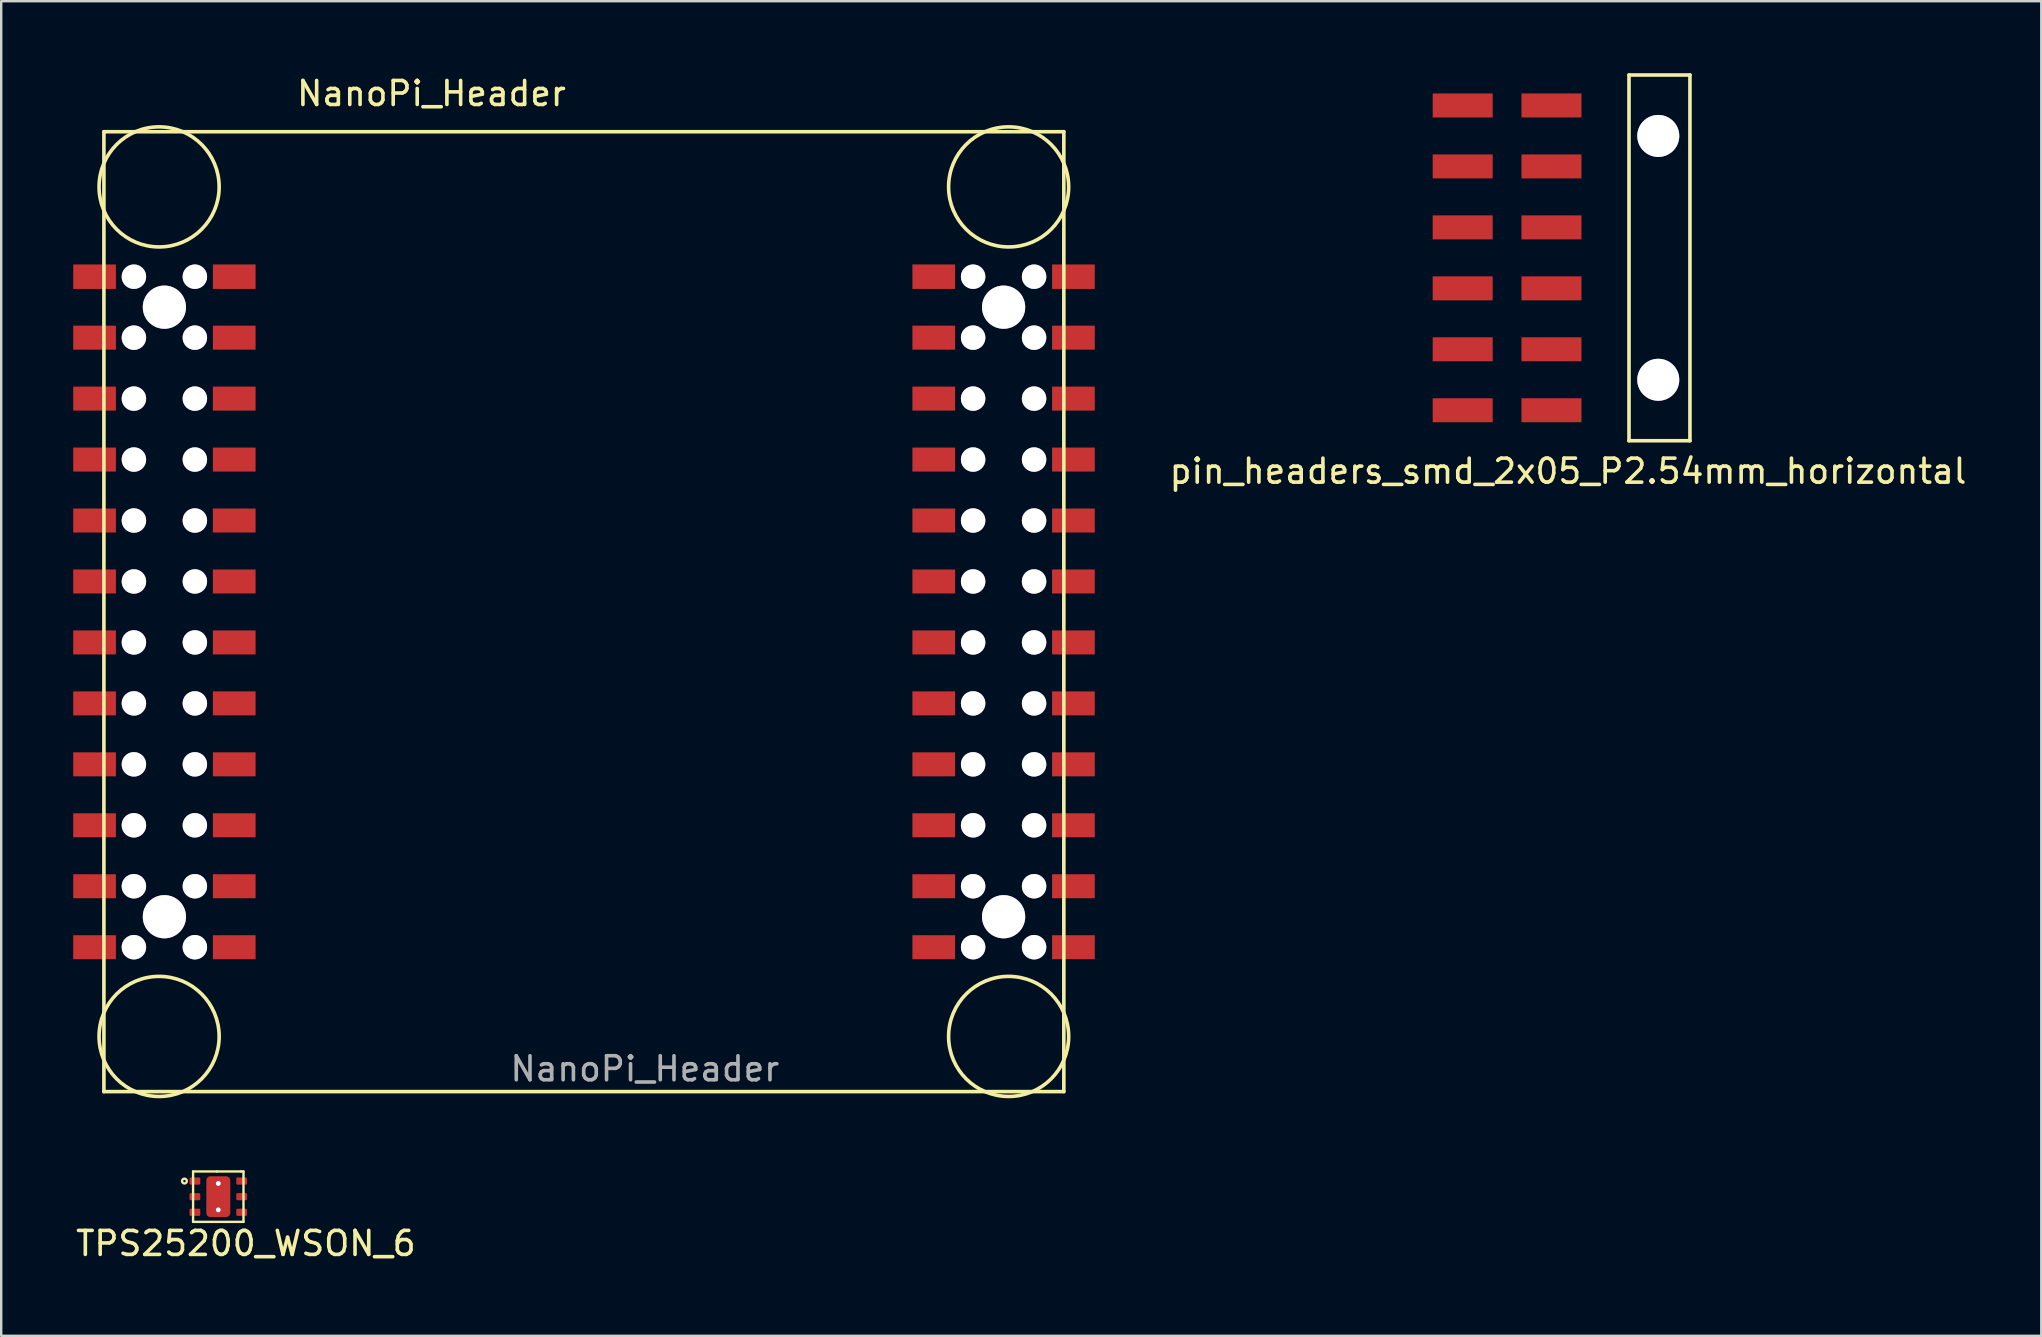
<source format=kicad_pcb>
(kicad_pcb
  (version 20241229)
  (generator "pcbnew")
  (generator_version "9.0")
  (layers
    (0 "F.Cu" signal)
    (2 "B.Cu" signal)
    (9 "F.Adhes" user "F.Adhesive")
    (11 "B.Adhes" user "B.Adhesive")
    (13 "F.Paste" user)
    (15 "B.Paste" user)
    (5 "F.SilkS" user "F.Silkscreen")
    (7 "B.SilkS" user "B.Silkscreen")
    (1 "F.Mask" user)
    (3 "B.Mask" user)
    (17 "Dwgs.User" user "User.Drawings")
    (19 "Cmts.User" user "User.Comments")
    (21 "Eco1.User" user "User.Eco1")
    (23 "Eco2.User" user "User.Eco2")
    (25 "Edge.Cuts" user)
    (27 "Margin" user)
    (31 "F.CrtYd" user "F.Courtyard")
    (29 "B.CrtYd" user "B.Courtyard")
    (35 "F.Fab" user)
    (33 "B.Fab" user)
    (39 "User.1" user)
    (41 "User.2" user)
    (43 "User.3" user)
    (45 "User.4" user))
  (footprint "pin_headers_smd_2x05_P2.54mm_horizontal"
    (layer "F.Cu")
    (at 59.75 7.695)
    (property "Reference" "pin_headers_smd_2x05_P2.54mm_horizontal" (at 2.54 8.89 0) (layer "F.SilkS") (effects (font (size 1 1) (thickness 0.15))))
    (attr through_hole)
    (fp_line (start 5.08 -7.62) (end 7.62 -7.62) (stroke (width 0.15) (type solid)) (layer "F.SilkS"))
    (fp_line (start 5.08 7.62) (end 5.08 -7.62) (stroke (width 0.15) (type solid)) (layer "F.SilkS"))
    (fp_line (start 7.62 -7.62) (end 7.62 7.62) (stroke (width 0.15) (type solid)) (layer "F.SilkS"))
    (fp_line (start 7.62 7.62) (end 5.08 7.62) (stroke (width 0.15) (type solid)) (layer "F.SilkS"))
    (pad "1" smd rect (at -2.54 -6.35) (size 2.5 1) (drill (offset 0.69 0)) (layers "F.Cu" "F.Mask" "F.Paste"))
    (pad "2" smd rect (at 2.54 -6.35) (size 2.5 1) (drill (offset -0.69 0)) (layers "F.Cu" "F.Mask" "F.Paste"))
    (pad "3" smd rect (at -2.54 -3.81) (size 2.5 1) (drill (offset 0.69 0)) (layers "F.Cu" "F.Mask" "F.Paste"))
    (pad "4" smd rect (at 2.54 -3.81) (size 2.5 1) (drill (offset -0.69 0)) (layers "F.Cu" "F.Mask" "F.Paste"))
    (pad "5" smd rect (at -2.54 -1.27) (size 2.5 1) (drill (offset 0.69 0)) (layers "F.Cu" "F.Mask" "F.Paste"))
    (pad "6" smd rect (at 2.54 -1.27) (size 2.5 1) (drill (offset -0.69 0)) (layers "F.Cu" "F.Mask" "F.Paste"))
    (pad "7" smd rect (at -2.54 1.27) (size 2.5 1) (drill (offset 0.69 0)) (layers "F.Cu" "F.Mask" "F.Paste"))
    (pad "8" smd rect (at 2.54 1.27) (size 2.5 1) (drill (offset -0.69 0)) (layers "F.Cu" "F.Mask" "F.Paste"))
    (pad "9" smd rect (at -2.54 3.81) (size 2.5 1) (drill (offset 0.69 0)) (layers "F.Cu" "F.Mask" "F.Paste"))
    (pad "10" smd rect (at 2.54 3.81) (size 2.5 1) (drill (offset -0.69 0)) (layers "F.Cu" "F.Mask" "F.Paste"))
    (pad "11" smd rect (at -2.54 6.35) (size 2.5 1) (drill (offset 0.69 0)) (layers "F.Cu" "F.Mask" "F.Paste"))
    (pad "12" smd rect (at 2.54 6.35) (size 2.5 1) (drill (offset -0.69 0)) (layers "F.Cu" "F.Mask" "F.Paste"))
    (pad "13" thru_hole circle (at 6.3 -5.08) (size 1.75 1.75) (drill 1.75) (layers "*.Cu" "*.Mask"))
    (pad "14" thru_hole circle (at 6.3 5.08) (size 1.75 1.75) (drill 1.75) (layers "*.Cu" "*.Mask")))
  (footprint "NanoPi_Header"
    (layer "F.Cu")
    (at 21.28 22.438)
    (property "Reference" "NanoPi_Header" (at -6.35 -21.59 0) (layer "F.SilkS") (effects (font (size 1 1) (thickness 0.15))))
    (attr smd)
    (fp_line (start -20 -20) (end -20 20) (stroke (width 0.15) (type solid)) (layer "F.SilkS"))
    (fp_line (start -20 -20) (end 20 -20) (stroke (width 0.15) (type solid)) (layer "F.SilkS"))
    (fp_line (start -20 20) (end 20 20) (stroke (width 0.15) (type solid)) (layer "F.SilkS"))
    (fp_line (start 20 20) (end 20 -20) (stroke (width 0.15) (type solid)) (layer "F.SilkS"))
    (fp_circle (center -17.7 -17.7) (end -15.198 -17.7) (stroke (width 0.15) (type solid)) (fill no) (layer "F.SilkS"))
    (fp_circle (center -17.7 17.7) (end -15.198 17.7) (stroke (width 0.15) (type solid)) (fill no) (layer "F.SilkS"))
    (fp_circle (center 17.7 -17.7) (end 20.202 -17.7) (stroke (width 0.15) (type solid)) (fill no) (layer "F.SilkS"))
    (fp_circle (center 17.7 17.7) (end 20.202 17.7) (stroke (width 0.15) (type solid)) (fill no) (layer "F.SilkS"))
    (fp_text user "${REFERENCE}" (at 2.54 19.05 180) (layer "F.Fab") (effects (font (size 1 1) (thickness 0.15))))
    (pad "" thru_hole circle (at -18.75 -13.958) (size 1.02 1.02) (drill 1.02) (layers "*.Cu" "*.Mask"))
    (pad "" thru_hole circle (at -18.75 -11.418) (size 1.02 1.02) (drill 1.02) (layers "*.Cu" "*.Mask"))
    (pad "" thru_hole circle (at -18.75 -8.878) (size 1.02 1.02) (drill 1.02) (layers "*.Cu" "*.Mask"))
    (pad "" thru_hole circle (at -18.75 -6.338) (size 1.02 1.02) (drill 1.02) (layers "*.Cu" "*.Mask"))
    (pad "" thru_hole circle (at -18.75 -3.798) (size 1.02 1.02) (drill 1.02) (layers "*.Cu" "*.Mask"))
    (pad "" thru_hole circle (at -18.75 -1.258) (size 1.02 1.02) (drill 1.02) (layers "*.Cu" "*.Mask"))
    (pad "" thru_hole circle (at -18.75 1.282) (size 1.02 1.02) (drill 1.02) (layers "*.Cu" "*.Mask"))
    (pad "" thru_hole circle (at -18.75 3.822) (size 1.02 1.02) (drill 1.02) (layers "*.Cu" "*.Mask"))
    (pad "" thru_hole circle (at -18.75 6.362) (size 1.02 1.02) (drill 1.02) (layers "*.Cu" "*.Mask"))
    (pad "" thru_hole circle (at -18.75 8.902) (size 1.02 1.02) (drill 1.02) (layers "*.Cu" "*.Mask"))
    (pad "" thru_hole circle (at -18.75 11.442) (size 1.02 1.02) (drill 1.02) (layers "*.Cu" "*.Mask"))
    (pad "" thru_hole circle (at -18.75 13.982) (size 1.02 1.02) (drill 1.02) (layers "*.Cu" "*.Mask"))
    (pad "" thru_hole circle (at -17.48 -12.688) (size 1.8 1.8) (drill 1.8) (layers "*.Cu" "*.Mask"))
    (pad "" thru_hole circle (at -17.48 12.712) (size 1.8 1.8) (drill 1.8) (layers "*.Cu" "*.Mask"))
    (pad "" thru_hole circle (at -16.21 -13.958) (size 1.02 1.02) (drill 1.02) (layers "*.Cu" "*.Mask"))
    (pad "" thru_hole circle (at -16.21 -11.418) (size 1.02 1.02) (drill 1.02) (layers "*.Cu" "*.Mask"))
    (pad "" thru_hole circle (at -16.21 -8.878) (size 1.02 1.02) (drill 1.02) (layers "*.Cu" "*.Mask"))
    (pad "" thru_hole circle (at -16.21 -6.338) (size 1.02 1.02) (drill 1.02) (layers "*.Cu" "*.Mask"))
    (pad "" thru_hole circle (at -16.21 -3.798) (size 1.02 1.02) (drill 1.02) (layers "*.Cu" "*.Mask"))
    (pad "" thru_hole circle (at -16.21 -1.258) (size 1.02 1.02) (drill 1.02) (layers "*.Cu" "*.Mask"))
    (pad "" thru_hole circle (at -16.21 1.282) (size 1.02 1.02) (drill 1.02) (layers "*.Cu" "*.Mask"))
    (pad "" thru_hole circle (at -16.21 3.822) (size 1.02 1.02) (drill 1.02) (layers "*.Cu" "*.Mask"))
    (pad "" thru_hole circle (at -16.21 6.362) (size 1.02 1.02) (drill 1.02) (layers "*.Cu" "*.Mask"))
    (pad "" thru_hole circle (at -16.21 8.902) (size 1.02 1.02) (drill 1.02) (layers "*.Cu" "*.Mask"))
    (pad "" thru_hole circle (at -16.21 11.442) (size 1.02 1.02) (drill 1.02) (layers "*.Cu" "*.Mask"))
    (pad "" thru_hole circle (at -16.21 13.982) (size 1.02 1.02) (drill 1.02) (layers "*.Cu" "*.Mask"))
    (pad "" thru_hole circle (at 16.22 -13.958) (size 1.02 1.02) (drill 1.02) (layers "*.Cu" "*.Mask"))
    (pad "" thru_hole circle (at 16.22 -11.418) (size 1.02 1.02) (drill 1.02) (layers "*.Cu" "*.Mask"))
    (pad "" thru_hole circle (at 16.22 -8.878) (size 1.02 1.02) (drill 1.02) (layers "*.Cu" "*.Mask"))
    (pad "" thru_hole circle (at 16.22 -6.338) (size 1.02 1.02) (drill 1.02) (layers "*.Cu" "*.Mask"))
    (pad "" thru_hole circle (at 16.22 -3.798) (size 1.02 1.02) (drill 1.02) (layers "*.Cu" "*.Mask"))
    (pad "" thru_hole circle (at 16.22 -1.258) (size 1.02 1.02) (drill 1.02) (layers "*.Cu" "*.Mask"))
    (pad "" thru_hole circle (at 16.22 1.282) (size 1.02 1.02) (drill 1.02) (layers "*.Cu" "*.Mask"))
    (pad "" thru_hole circle (at 16.22 3.822) (size 1.02 1.02) (drill 1.02) (layers "*.Cu" "*.Mask"))
    (pad "" thru_hole circle (at 16.22 6.362) (size 1.02 1.02) (drill 1.02) (layers "*.Cu" "*.Mask"))
    (pad "" thru_hole circle (at 16.22 8.902) (size 1.02 1.02) (drill 1.02) (layers "*.Cu" "*.Mask"))
    (pad "" thru_hole circle (at 16.22 11.442) (size 1.02 1.02) (drill 1.02) (layers "*.Cu" "*.Mask"))
    (pad "" thru_hole circle (at 16.22 13.982) (size 1.02 1.02) (drill 1.02) (layers "*.Cu" "*.Mask"))
    (pad "" thru_hole circle (at 17.49 -12.688) (size 1.8 1.8) (drill 1.8) (layers "*.Cu" "*.Mask"))
    (pad "" thru_hole circle (at 17.49 12.712) (size 1.8 1.8) (drill 1.8) (layers "*.Cu" "*.Mask"))
    (pad "" thru_hole circle (at 18.76 -13.958) (size 1.02 1.02) (drill 1.02) (layers "*.Cu" "*.Mask"))
    (pad "" thru_hole circle (at 18.76 -11.418) (size 1.02 1.02) (drill 1.02) (layers "*.Cu" "*.Mask"))
    (pad "" thru_hole circle (at 18.76 -8.878) (size 1.02 1.02) (drill 1.02) (layers "*.Cu" "*.Mask"))
    (pad "" thru_hole circle (at 18.76 -6.338) (size 1.02 1.02) (drill 1.02) (layers "*.Cu" "*.Mask"))
    (pad "" thru_hole circle (at 18.76 -3.798) (size 1.02 1.02) (drill 1.02) (layers "*.Cu" "*.Mask"))
    (pad "" thru_hole circle (at 18.76 -1.258) (size 1.02 1.02) (drill 1.02) (layers "*.Cu" "*.Mask"))
    (pad "" thru_hole circle (at 18.76 1.282) (size 1.02 1.02) (drill 1.02) (layers "*.Cu" "*.Mask"))
    (pad "" thru_hole circle (at 18.76 3.822) (size 1.02 1.02) (drill 1.02) (layers "*.Cu" "*.Mask"))
    (pad "" thru_hole circle (at 18.76 6.362) (size 1.02 1.02) (drill 1.02) (layers "*.Cu" "*.Mask"))
    (pad "" thru_hole circle (at 18.76 8.902) (size 1.02 1.02) (drill 1.02) (layers "*.Cu" "*.Mask"))
    (pad "" thru_hole circle (at 18.76 11.442) (size 1.02 1.02) (drill 1.02) (layers "*.Cu" "*.Mask"))
    (pad "" thru_hole circle (at 18.76 13.982) (size 1.02 1.02) (drill 1.02) (layers "*.Cu" "*.Mask"))
    (pad "A1" smd rect (at 20.4 -13.958) (size 1.78 1.02) (layers "F.Cu" "F.Mask" "F.Paste"))
    (pad "A2" smd rect (at 14.58 -13.958) (size 1.78 1.02) (layers "F.Cu" "F.Mask" "F.Paste"))
    (pad "A3" smd rect (at 20.4 -11.418) (size 1.78 1) (layers "F.Cu" "F.Mask" "F.Paste"))
    (pad "A4" smd rect (at 14.58 -11.418) (size 1.78 1) (layers "F.Cu" "F.Mask" "F.Paste"))
    (pad "A5" smd rect (at 20.4 -8.878) (size 1.78 1) (layers "F.Cu" "F.Mask" "F.Paste"))
    (pad "A6" smd rect (at 14.58 -8.878) (size 1.78 1) (layers "F.Cu" "F.Mask" "F.Paste"))
    (pad "A7" smd rect (at 20.4 -6.338) (size 1.78 1) (layers "F.Cu" "F.Mask" "F.Paste"))
    (pad "A8" smd rect (at 14.58 -6.338) (size 1.78 1) (layers "F.Cu" "F.Mask" "F.Paste"))
    (pad "A9" smd rect (at 20.4 -3.798) (size 1.78 1) (layers "F.Cu" "F.Mask" "F.Paste"))
    (pad "A10" smd rect (at 14.58 -3.798) (size 1.78 1) (layers "F.Cu" "F.Mask" "F.Paste"))
    (pad "A11" smd rect (at 20.4 -1.258) (size 1.78 1) (layers "F.Cu" "F.Mask" "F.Paste"))
    (pad "A12" smd rect (at 14.58 -1.258) (size 1.78 1) (layers "F.Cu" "F.Mask" "F.Paste"))
    (pad "A13" smd rect (at 20.4 1.282) (size 1.78 1) (layers "F.Cu" "F.Mask" "F.Paste"))
    (pad "A14" smd rect (at 14.58 1.282) (size 1.78 1) (layers "F.Cu" "F.Mask" "F.Paste"))
    (pad "A15" smd rect (at 20.4 3.822) (size 1.78 1) (layers "F.Cu" "F.Mask" "F.Paste"))
    (pad "A16" smd rect (at 14.58 3.822) (size 1.78 1) (layers "F.Cu" "F.Mask" "F.Paste"))
    (pad "A17" smd rect (at 20.4 6.362) (size 1.78 1) (layers "F.Cu" "F.Mask" "F.Paste"))
    (pad "A18" smd rect (at 14.58 6.362) (size 1.78 1) (layers "F.Cu" "F.Mask" "F.Paste"))
    (pad "A19" smd rect (at 20.4 8.902) (size 1.78 1) (layers "F.Cu" "F.Mask" "F.Paste"))
    (pad "A20" smd rect (at 14.58 8.902) (size 1.78 1) (layers "F.Cu" "F.Mask" "F.Paste"))
    (pad "A21" smd rect (at 20.4 11.442) (size 1.78 1) (layers "F.Cu" "F.Mask" "F.Paste"))
    (pad "A22" smd rect (at 14.58 11.442) (size 1.78 1) (layers "F.Cu" "F.Mask" "F.Paste"))
    (pad "A23" smd rect (at 20.4 13.982) (size 1.78 1) (layers "F.Cu" "F.Mask" "F.Paste"))
    (pad "A24" smd rect (at 14.58 13.982) (size 1.78 1) (layers "F.Cu" "F.Mask" "F.Paste"))
    (pad "B1" smd rect (at -14.57 -13.958) (size 1.78 1.02) (layers "F.Cu" "F.Mask" "F.Paste"))
    (pad "B2" smd rect (at -20.39 -13.958) (size 1.78 1.02) (layers "F.Cu" "F.Mask" "F.Paste"))
    (pad "B3" smd rect (at -14.57 -11.418) (size 1.78 1) (layers "F.Cu" "F.Mask" "F.Paste"))
    (pad "B4" smd rect (at -20.39 -11.418) (size 1.78 1) (layers "F.Cu" "F.Mask" "F.Paste"))
    (pad "B5" smd rect (at -14.57 -8.878) (size 1.78 1) (layers "F.Cu" "F.Mask" "F.Paste"))
    (pad "B6" smd rect (at -20.39 -8.878) (size 1.78 1) (layers "F.Cu" "F.Mask" "F.Paste"))
    (pad "B7" smd rect (at -14.57 -6.338) (size 1.78 1) (layers "F.Cu" "F.Mask" "F.Paste"))
    (pad "B8" smd rect (at -20.39 -6.338) (size 1.78 1) (layers "F.Cu" "F.Mask" "F.Paste"))
    (pad "B9" smd rect (at -14.57 -3.798) (size 1.78 1) (layers "F.Cu" "F.Mask" "F.Paste"))
    (pad "B10" smd rect (at -20.39 -3.798) (size 1.78 1) (layers "F.Cu" "F.Mask" "F.Paste"))
    (pad "B11" smd rect (at -14.57 -1.258) (size 1.78 1) (layers "F.Cu" "F.Mask" "F.Paste"))
    (pad "B12" smd rect (at -20.39 -1.258) (size 1.78 1) (layers "F.Cu" "F.Mask" "F.Paste"))
    (pad "B13" smd rect (at -14.57 1.282) (size 1.78 1) (layers "F.Cu" "F.Mask" "F.Paste"))
    (pad "B14" smd rect (at -20.39 1.282) (size 1.78 1) (layers "F.Cu" "F.Mask" "F.Paste"))
    (pad "B15" smd rect (at -14.57 3.822) (size 1.78 1) (layers "F.Cu" "F.Mask" "F.Paste"))
    (pad "B16" smd rect (at -20.39 3.822) (size 1.78 1) (layers "F.Cu" "F.Mask" "F.Paste"))
    (pad "B17" smd rect (at -14.57 6.362) (size 1.78 1) (layers "F.Cu" "F.Mask" "F.Paste"))
    (pad "B18" smd rect (at -20.39 6.362) (size 1.78 1) (layers "F.Cu" "F.Mask" "F.Paste"))
    (pad "B19" smd rect (at -14.57 8.902) (size 1.78 1) (layers "F.Cu" "F.Mask" "F.Paste"))
    (pad "B20" smd rect (at -20.39 8.902) (size 1.78 1) (layers "F.Cu" "F.Mask" "F.Paste"))
    (pad "B21" smd rect (at -14.57 11.442) (size 1.78 1) (layers "F.Cu" "F.Mask" "F.Paste"))
    (pad "B22" smd rect (at -20.39 11.442) (size 1.78 1) (layers "F.Cu" "F.Mask" "F.Paste"))
    (pad "B23" smd rect (at -14.57 13.982) (size 1.78 1) (layers "F.Cu" "F.Mask" "F.Paste"))
    (pad "B24" smd rect (at -20.39 13.982) (size 1.78 1) (layers "F.Cu" "F.Mask" "F.Paste")))
  (footprint "TPS25200_WSON_6"
    (layer "F.Cu")
    (at 6.046 46.815)
    (property "Reference" "TPS25200_WSON_6" (at 1.15 1.95 0) (layer "F.SilkS") (effects (font (size 1 1) (thickness 0.15))))
    (attr through_hole)
    (fp_line (start -1.05 -1.05) (end -1.05 1.05) (stroke (width 0.1) (type solid)) (layer "F.SilkS"))
    (fp_line (start -1.05 -1.05) (end -0.05 -1.05) (stroke (width 0.1) (type solid)) (layer "F.SilkS"))
    (fp_line (start -1.05 1.05) (end 1.05 1.05) (stroke (width 0.1) (type solid)) (layer "F.SilkS"))
    (fp_line (start -0.05 -1.05) (end 0.95 -1.05) (stroke (width 0.1) (type solid)) (layer "F.SilkS"))
    (fp_line (start 0.95 -1.05) (end 1.05 -1.05) (stroke (width 0.1) (type solid)) (layer "F.SilkS"))
    (fp_line (start 1.05 1.05) (end 1.05 -1.05) (stroke (width 0.1) (type solid)) (layer "F.SilkS"))
    (fp_circle (center -1.41 -0.65) (end -1.31 -0.65) (stroke (width 0.1) (type solid)) (fill no) (layer "F.SilkS"))
    (pad "1" smd roundrect (at -0.975 -0.65) (size 0.45 0.3) (layers "F.Cu" "F.Mask" "F.Paste") (roundrect_rratio 0.17))
    (pad "2" smd roundrect (at -0.975 0) (size 0.45 0.3) (layers "F.Cu" "F.Mask" "F.Paste") (roundrect_rratio 0.17))
    (pad "3" smd roundrect (at -0.975 0.65) (size 0.45 0.3) (layers "F.Cu" "F.Mask" "F.Paste") (roundrect_rratio 0.17))
    (pad "4" smd roundrect (at 0.975 0.65) (size 0.45 0.3) (layers "F.Cu" "F.Mask" "F.Paste") (roundrect_rratio 0.17))
    (pad "5" smd roundrect (at 0.975 0) (size 0.45 0.3) (layers "F.Cu" "F.Mask" "F.Paste") (roundrect_rratio 0.17))
    (pad "6" smd roundrect (at 0.975 -0.65) (size 0.45 0.3) (layers "F.Cu" "F.Mask" "F.Paste") (roundrect_rratio 0.17))
    (pad "7" thru_hole circle (at 0 -0.55) (size 0.2 0.2) (drill 0.2) (layers "*.Cu" "*.Paste" "*.Mask"))
    (pad "7" smd roundrect (at 0 0) (size 1 1.7) (layers "F.Cu" "F.Mask" "F.Paste") (roundrect_rratio 0.17))
    (pad "7" thru_hole circle (at 0 0.55) (size 0.2 0.2) (drill 0.2) (layers "*.Cu" "*.Paste" "*.Mask")))
  (gr_rect
    (start -3 -3)
    (end 82.01 52.613)
    (stroke (width 0.1) (type default))
    (fill no)
    (layer "Edge.Cuts")))
</source>
